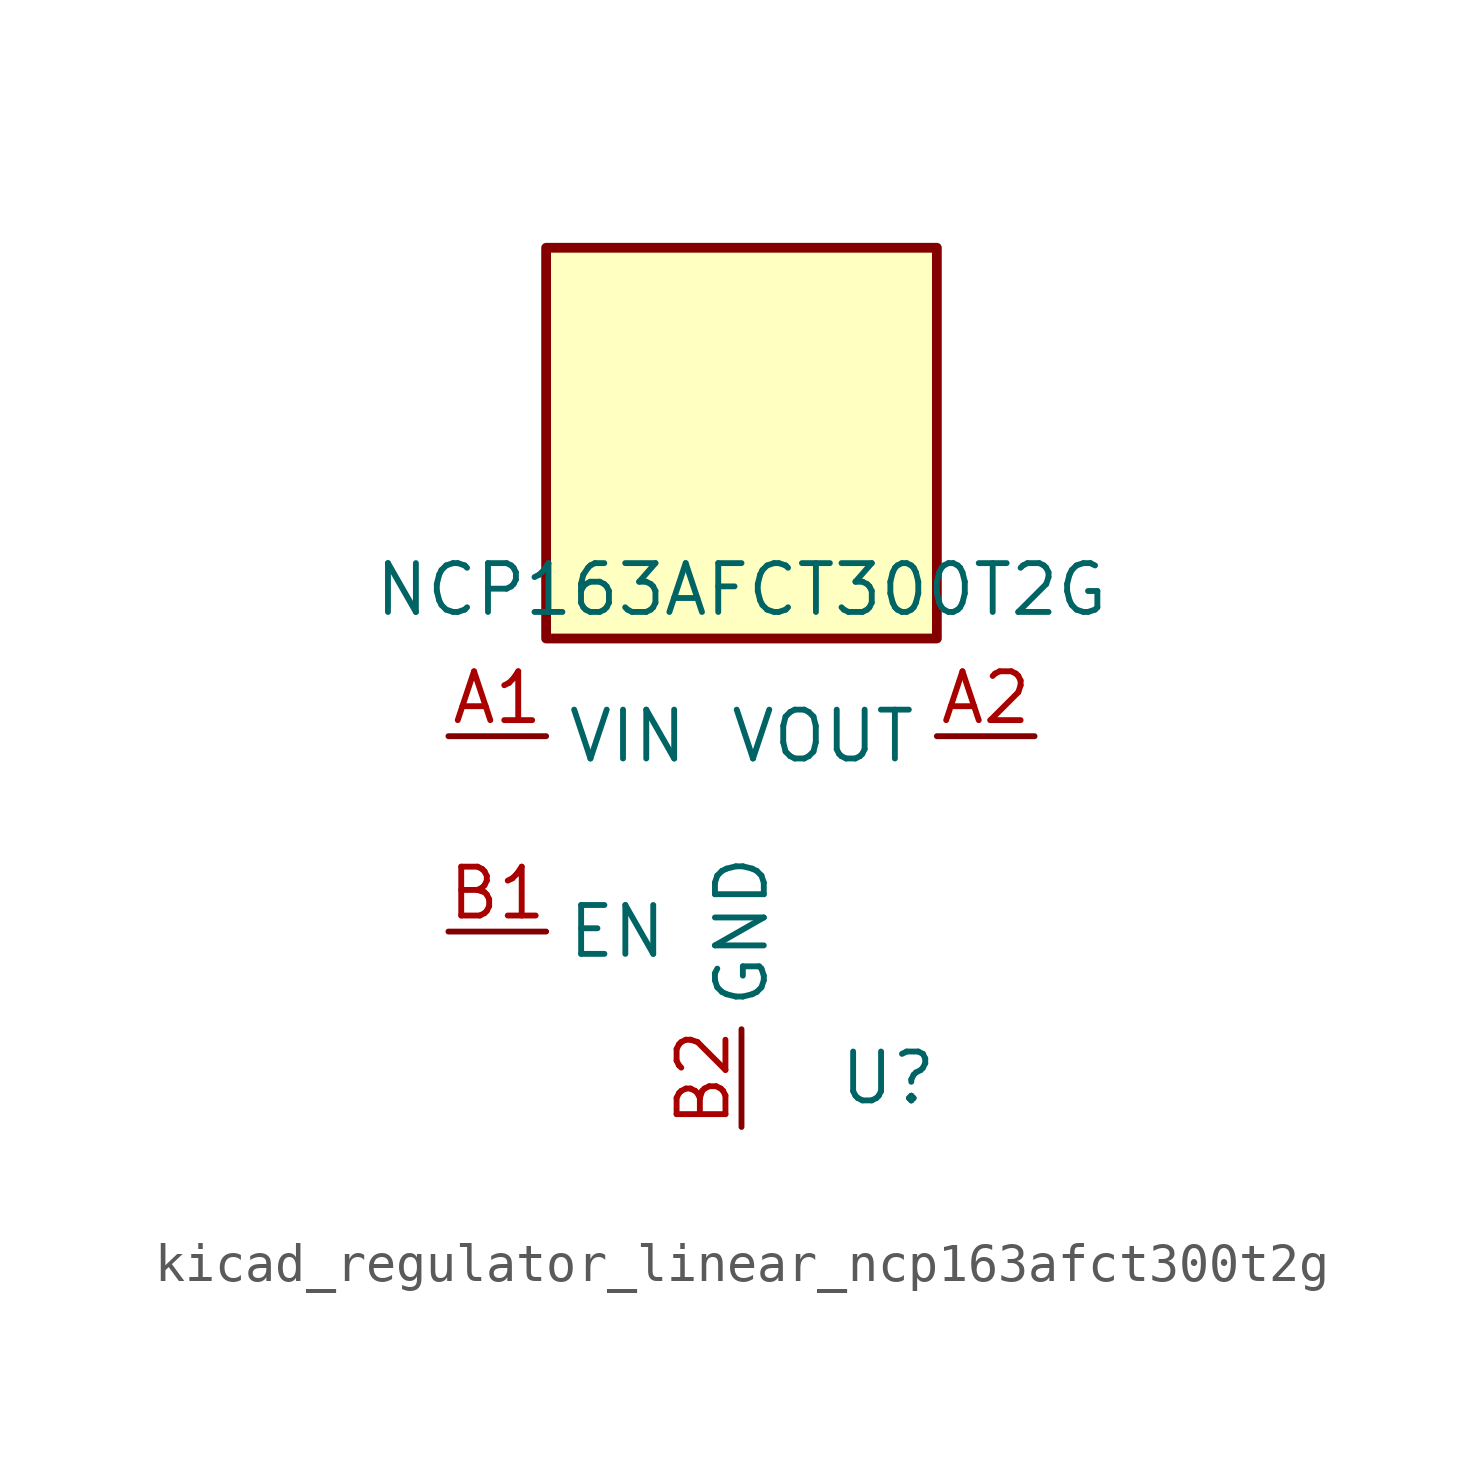
<source format=kicad_sym>
(kicad_symbol_lib
  (version 20220914)
  (generator kicad_symbol_editor)
  (symbol "kicad_regulator_linear_ncp163afct300t2g"
    (property "Reference" "U"
      (at 3.81 -6.35 0)
      (effects (font (size 1.27 1.27))))
    (property "Value" "NCP163AFCT300T2G"
      (at 0 6.35 0)
      (effects (font (size 1.27 1.27))))
    (symbol "kicad_regulator_linear_ncp163afct300t2g_0_1"
      (rectangle (start 5.08 15.24) (end -5.08 5.08) (stroke (width 0.254) (type default)) (fill (type background))))
    (symbol "kicad_regulator_linear_ncp163afct300t2g_1_1"
      (pin power_in line (at -7.62 2.54 0) (length 2.54) (name "VIN" (effects (font (size 1.27 1.27)))) (number "A1" (effects (font (size 1.27 1.27)))))
      (pin power_out line (at 7.62 2.54 180) (length 2.54) (name "VOUT" (effects (font (size 1.27 1.27)))) (number "A2" (effects (font (size 1.27 1.27)))))
      (pin input line (at -7.62 -2.54 0) (length 2.54) (name "EN" (effects (font (size 1.27 1.27)))) (number "B1" (effects (font (size 1.27 1.27)))))
      (pin power_in line (at 0 -7.62 90) (length 2.54) (name "GND" (effects (font (size 1.27 1.27)))) (number "B2" (effects (font (size 1.27 1.27))))))))
</source>
